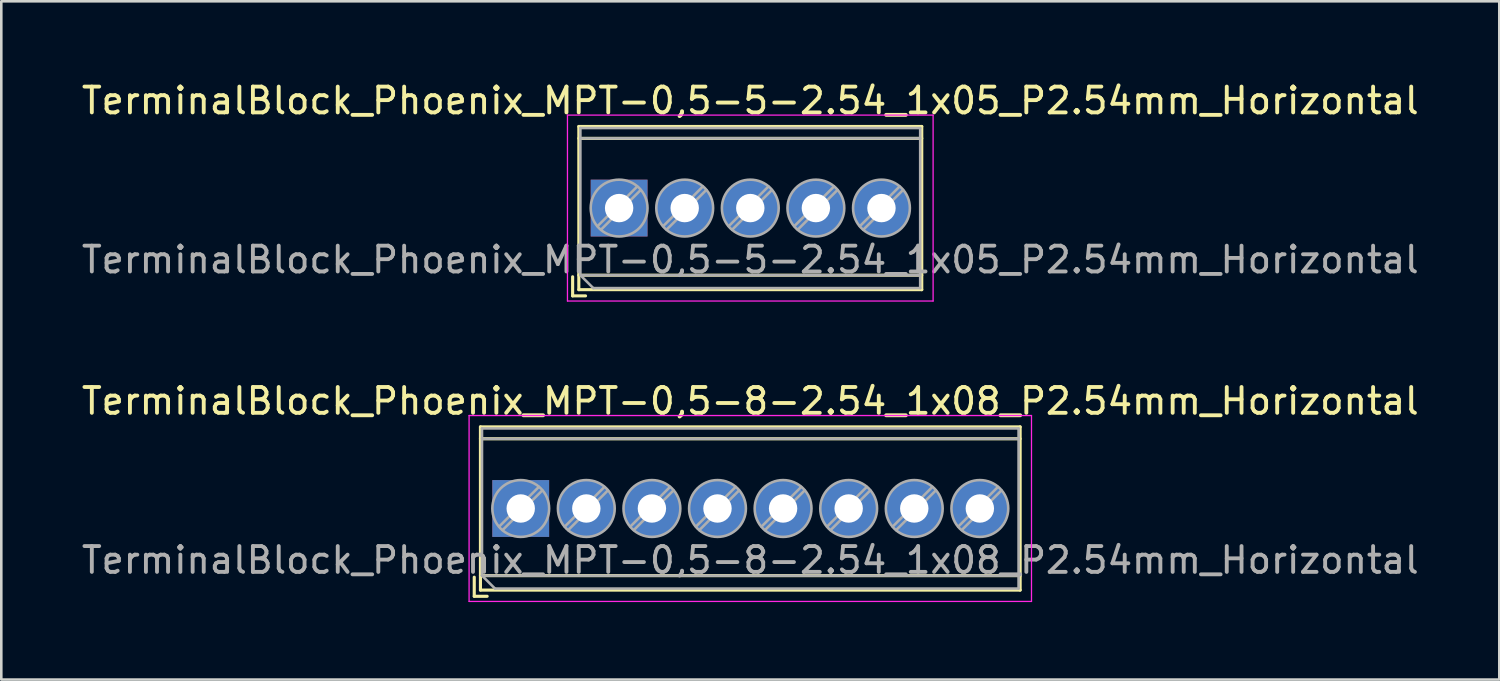
<source format=kicad_pcb>
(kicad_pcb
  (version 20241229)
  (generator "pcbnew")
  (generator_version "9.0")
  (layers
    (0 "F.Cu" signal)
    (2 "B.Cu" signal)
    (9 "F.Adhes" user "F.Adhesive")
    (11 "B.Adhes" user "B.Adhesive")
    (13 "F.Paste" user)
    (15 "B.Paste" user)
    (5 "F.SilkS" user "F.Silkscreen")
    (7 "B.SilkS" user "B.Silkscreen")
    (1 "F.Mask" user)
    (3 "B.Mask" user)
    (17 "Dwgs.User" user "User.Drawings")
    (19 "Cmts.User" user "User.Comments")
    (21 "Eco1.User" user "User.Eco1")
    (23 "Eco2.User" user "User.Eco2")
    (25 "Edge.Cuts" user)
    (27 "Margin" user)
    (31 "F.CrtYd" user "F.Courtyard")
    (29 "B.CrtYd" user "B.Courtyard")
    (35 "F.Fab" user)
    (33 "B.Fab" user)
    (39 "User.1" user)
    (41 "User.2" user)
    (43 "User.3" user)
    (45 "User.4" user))
  (footprint "TerminalBlock_Phoenix_MPT-0,5-5-2.54_1x05_P2.54mm_Horizontal"
    (layer "F.Cu")
    (at 20.926 5.008)
    (property "Reference" "TerminalBlock_Phoenix_MPT-0,5-5-2.54_1x05_P2.54mm_Horizontal" (at 5.08 -4.16 0) (layer "F.SilkS") (effects (font (size 1 1) (thickness 0.15))))
    (attr through_hole)
    (fp_line (start -1.8 2.66) (end -1.8 3.4) (stroke (width 0.12) (type solid)) (layer "F.SilkS"))
    (fp_line (start -1.8 3.4) (end -1.3 3.4) (stroke (width 0.12) (type solid)) (layer "F.SilkS"))
    (fp_line (start -1.56 -3.16) (end -1.56 3.16) (stroke (width 0.12) (type solid)) (layer "F.SilkS"))
    (fp_line (start -1.56 -3.16) (end 11.72 -3.16) (stroke (width 0.12) (type solid)) (layer "F.SilkS"))
    (fp_line (start -1.56 -2.7) (end 11.72 -2.7) (stroke (width 0.12) (type solid)) (layer "F.SilkS"))
    (fp_line (start -1.56 2.6) (end 11.72 2.6) (stroke (width 0.12) (type solid)) (layer "F.SilkS"))
    (fp_line (start -1.56 3.16) (end 11.72 3.16) (stroke (width 0.12) (type solid)) (layer "F.SilkS"))
    (fp_line (start 11.72 -3.16) (end 11.72 3.16) (stroke (width 0.12) (type solid)) (layer "F.SilkS"))
    (fp_line (start -2 -3.6) (end -2 3.6) (stroke (width 0.05) (type solid)) (layer "F.CrtYd"))
    (fp_line (start -2 3.6) (end 12.16 3.6) (stroke (width 0.05) (type solid)) (layer "F.CrtYd"))
    (fp_line (start 12.16 -3.6) (end -2 -3.6) (stroke (width 0.05) (type solid)) (layer "F.CrtYd"))
    (fp_line (start 12.16 3.6) (end 12.16 -3.6) (stroke (width 0.05) (type solid)) (layer "F.CrtYd"))
    (fp_line (start -1.5 -3.1) (end 11.66 -3.1) (stroke (width 0.1) (type solid)) (layer "F.Fab"))
    (fp_line (start -1.5 -2.7) (end 11.66 -2.7) (stroke (width 0.1) (type solid)) (layer "F.Fab"))
    (fp_line (start -1.5 2.6) (end -1.5 -3.1) (stroke (width 0.1) (type solid)) (layer "F.Fab"))
    (fp_line (start -1.5 2.6) (end 11.66 2.6) (stroke (width 0.1) (type solid)) (layer "F.Fab"))
    (fp_line (start -1 3.1) (end -1.5 2.6) (stroke (width 0.1) (type solid)) (layer "F.Fab"))
    (fp_line (start 0.701 -0.835) (end -0.835 0.7) (stroke (width 0.1) (type solid)) (layer "F.Fab"))
    (fp_line (start 0.835 -0.7) (end -0.701 0.835) (stroke (width 0.1) (type solid)) (layer "F.Fab"))
    (fp_line (start 3.241 -0.835) (end 1.706 0.7) (stroke (width 0.1) (type solid)) (layer "F.Fab"))
    (fp_line (start 3.375 -0.7) (end 1.84 0.835) (stroke (width 0.1) (type solid)) (layer "F.Fab"))
    (fp_line (start 5.781 -0.835) (end 4.246 0.7) (stroke (width 0.1) (type solid)) (layer "F.Fab"))
    (fp_line (start 5.915 -0.7) (end 4.38 0.835) (stroke (width 0.1) (type solid)) (layer "F.Fab"))
    (fp_line (start 8.321 -0.835) (end 6.786 0.7) (stroke (width 0.1) (type solid)) (layer "F.Fab"))
    (fp_line (start 8.455 -0.7) (end 6.92 0.835) (stroke (width 0.1) (type solid)) (layer "F.Fab"))
    (fp_line (start 10.861 -0.835) (end 9.326 0.7) (stroke (width 0.1) (type solid)) (layer "F.Fab"))
    (fp_line (start 10.995 -0.7) (end 9.46 0.835) (stroke (width 0.1) (type solid)) (layer "F.Fab"))
    (fp_line (start 11.66 -3.1) (end 11.66 3.1) (stroke (width 0.1) (type solid)) (layer "F.Fab"))
    (fp_line (start 11.66 3.1) (end -1 3.1) (stroke (width 0.1) (type solid)) (layer "F.Fab"))
    (fp_circle (center 0 0) (end 1.1 0) (stroke (width 0.1) (type solid)) (fill no) (layer "F.Fab"))
    (fp_circle (center 2.54 0) (end 3.64 0) (stroke (width 0.1) (type solid)) (fill no) (layer "F.Fab"))
    (fp_circle (center 5.08 0) (end 6.18 0) (stroke (width 0.1) (type solid)) (fill no) (layer "F.Fab"))
    (fp_circle (center 7.62 0) (end 8.72 0) (stroke (width 0.1) (type solid)) (fill no) (layer "F.Fab"))
    (fp_circle (center 10.16 0) (end 11.26 0) (stroke (width 0.1) (type solid)) (fill no) (layer "F.Fab"))
    (fp_text user "${REFERENCE}" (at 5.08 2 0) (layer "F.Fab") (effects (font (size 1 1) (thickness 0.15))))
    (pad "1" thru_hole rect (at 0 0) (size 2.2 2.2) (drill 1.1) (layers "*.Cu" "*.Mask"))
    (pad "2" thru_hole circle (at 2.54 0) (size 2.2 2.2) (drill 1.1) (layers "*.Cu" "*.Mask"))
    (pad "3" thru_hole circle (at 5.08 0) (size 2.2 2.2) (drill 1.1) (layers "*.Cu" "*.Mask"))
    (pad "4" thru_hole circle (at 7.62 0) (size 2.2 2.2) (drill 1.1) (layers "*.Cu" "*.Mask"))
    (pad "5" thru_hole circle (at 10.16 0) (size 2.2 2.2) (drill 1.1) (layers "*.Cu" "*.Mask")))
  (footprint "TerminalBlock_Phoenix_MPT-0,5-8-2.54_1x08_P2.54mm_Horizontal"
    (layer "F.Cu")
    (at 17.116 16.642)
    (property "Reference" "TerminalBlock_Phoenix_MPT-0,5-8-2.54_1x08_P2.54mm_Horizontal" (at 8.89 -4.16 0) (layer "F.SilkS") (effects (font (size 1 1) (thickness 0.15))))
    (attr through_hole)
    (fp_line (start -1.8 2.66) (end -1.8 3.4) (stroke (width 0.12) (type solid)) (layer "F.SilkS"))
    (fp_line (start -1.8 3.4) (end -1.3 3.4) (stroke (width 0.12) (type solid)) (layer "F.SilkS"))
    (fp_line (start -1.56 -3.16) (end -1.56 3.16) (stroke (width 0.12) (type solid)) (layer "F.SilkS"))
    (fp_line (start -1.56 -3.16) (end 19.341 -3.16) (stroke (width 0.12) (type solid)) (layer "F.SilkS"))
    (fp_line (start -1.56 -2.7) (end 19.341 -2.7) (stroke (width 0.12) (type solid)) (layer "F.SilkS"))
    (fp_line (start -1.56 2.6) (end 19.341 2.6) (stroke (width 0.12) (type solid)) (layer "F.SilkS"))
    (fp_line (start -1.56 3.16) (end 19.341 3.16) (stroke (width 0.12) (type solid)) (layer "F.SilkS"))
    (fp_line (start 19.341 -3.16) (end 19.341 3.16) (stroke (width 0.12) (type solid)) (layer "F.SilkS"))
    (fp_line (start -2 -3.6) (end -2 3.6) (stroke (width 0.05) (type solid)) (layer "F.CrtYd"))
    (fp_line (start -2 3.6) (end 19.78 3.6) (stroke (width 0.05) (type solid)) (layer "F.CrtYd"))
    (fp_line (start 19.78 -3.6) (end -2 -3.6) (stroke (width 0.05) (type solid)) (layer "F.CrtYd"))
    (fp_line (start 19.78 3.6) (end 19.78 -3.6) (stroke (width 0.05) (type solid)) (layer "F.CrtYd"))
    (fp_line (start -1.5 -3.1) (end 19.28 -3.1) (stroke (width 0.1) (type solid)) (layer "F.Fab"))
    (fp_line (start -1.5 -2.7) (end 19.28 -2.7) (stroke (width 0.1) (type solid)) (layer "F.Fab"))
    (fp_line (start -1.5 2.6) (end -1.5 -3.1) (stroke (width 0.1) (type solid)) (layer "F.Fab"))
    (fp_line (start -1.5 2.6) (end 19.28 2.6) (stroke (width 0.1) (type solid)) (layer "F.Fab"))
    (fp_line (start -1 3.1) (end -1.5 2.6) (stroke (width 0.1) (type solid)) (layer "F.Fab"))
    (fp_line (start 0.701 -0.835) (end -0.835 0.7) (stroke (width 0.1) (type solid)) (layer "F.Fab"))
    (fp_line (start 0.835 -0.7) (end -0.701 0.835) (stroke (width 0.1) (type solid)) (layer "F.Fab"))
    (fp_line (start 3.241 -0.835) (end 1.706 0.7) (stroke (width 0.1) (type solid)) (layer "F.Fab"))
    (fp_line (start 3.375 -0.7) (end 1.84 0.835) (stroke (width 0.1) (type solid)) (layer "F.Fab"))
    (fp_line (start 5.781 -0.835) (end 4.246 0.7) (stroke (width 0.1) (type solid)) (layer "F.Fab"))
    (fp_line (start 5.915 -0.7) (end 4.38 0.835) (stroke (width 0.1) (type solid)) (layer "F.Fab"))
    (fp_line (start 8.321 -0.835) (end 6.786 0.7) (stroke (width 0.1) (type solid)) (layer "F.Fab"))
    (fp_line (start 8.455 -0.7) (end 6.92 0.835) (stroke (width 0.1) (type solid)) (layer "F.Fab"))
    (fp_line (start 10.861 -0.835) (end 9.326 0.7) (stroke (width 0.1) (type solid)) (layer "F.Fab"))
    (fp_line (start 10.995 -0.7) (end 9.46 0.835) (stroke (width 0.1) (type solid)) (layer "F.Fab"))
    (fp_line (start 13.401 -0.835) (end 11.866 0.7) (stroke (width 0.1) (type solid)) (layer "F.Fab"))
    (fp_line (start 13.535 -0.7) (end 12 0.835) (stroke (width 0.1) (type solid)) (layer "F.Fab"))
    (fp_line (start 15.941 -0.835) (end 14.406 0.7) (stroke (width 0.1) (type solid)) (layer "F.Fab"))
    (fp_line (start 16.075 -0.7) (end 14.54 0.835) (stroke (width 0.1) (type solid)) (layer "F.Fab"))
    (fp_line (start 18.481 -0.835) (end 16.946 0.7) (stroke (width 0.1) (type solid)) (layer "F.Fab"))
    (fp_line (start 18.615 -0.7) (end 17.08 0.835) (stroke (width 0.1) (type solid)) (layer "F.Fab"))
    (fp_line (start 19.28 -3.1) (end 19.28 3.1) (stroke (width 0.1) (type solid)) (layer "F.Fab"))
    (fp_line (start 19.28 3.1) (end -1 3.1) (stroke (width 0.1) (type solid)) (layer "F.Fab"))
    (fp_circle (center 0 0) (end 1.1 0) (stroke (width 0.1) (type solid)) (fill no) (layer "F.Fab"))
    (fp_circle (center 2.54 0) (end 3.64 0) (stroke (width 0.1) (type solid)) (fill no) (layer "F.Fab"))
    (fp_circle (center 5.08 0) (end 6.18 0) (stroke (width 0.1) (type solid)) (fill no) (layer "F.Fab"))
    (fp_circle (center 7.62 0) (end 8.72 0) (stroke (width 0.1) (type solid)) (fill no) (layer "F.Fab"))
    (fp_circle (center 10.16 0) (end 11.26 0) (stroke (width 0.1) (type solid)) (fill no) (layer "F.Fab"))
    (fp_circle (center 12.7 0) (end 13.8 0) (stroke (width 0.1) (type solid)) (fill no) (layer "F.Fab"))
    (fp_circle (center 15.24 0) (end 16.34 0) (stroke (width 0.1) (type solid)) (fill no) (layer "F.Fab"))
    (fp_circle (center 17.78 0) (end 18.88 0) (stroke (width 0.1) (type solid)) (fill no) (layer "F.Fab"))
    (fp_text user "${REFERENCE}" (at 8.89 2 0) (layer "F.Fab") (effects (font (size 1 1) (thickness 0.15))))
    (pad "1" thru_hole rect (at 0 0) (size 2.2 2.2) (drill 1.1) (layers "*.Cu" "*.Mask"))
    (pad "2" thru_hole circle (at 2.54 0) (size 2.2 2.2) (drill 1.1) (layers "*.Cu" "*.Mask"))
    (pad "3" thru_hole circle (at 5.08 0) (size 2.2 2.2) (drill 1.1) (layers "*.Cu" "*.Mask"))
    (pad "4" thru_hole circle (at 7.62 0) (size 2.2 2.2) (drill 1.1) (layers "*.Cu" "*.Mask"))
    (pad "5" thru_hole circle (at 10.16 0) (size 2.2 2.2) (drill 1.1) (layers "*.Cu" "*.Mask"))
    (pad "6" thru_hole circle (at 12.7 0) (size 2.2 2.2) (drill 1.1) (layers "*.Cu" "*.Mask"))
    (pad "7" thru_hole circle (at 15.24 0) (size 2.2 2.2) (drill 1.1) (layers "*.Cu" "*.Mask"))
    (pad "8" thru_hole circle (at 17.78 0) (size 2.2 2.2) (drill 1.1) (layers "*.Cu" "*.Mask")))
  (gr_rect
    (start -3 -3)
    (end 55.012 23.267)
    (stroke (width 0.1) (type default))
    (fill no)
    (layer "Edge.Cuts")))
</source>
